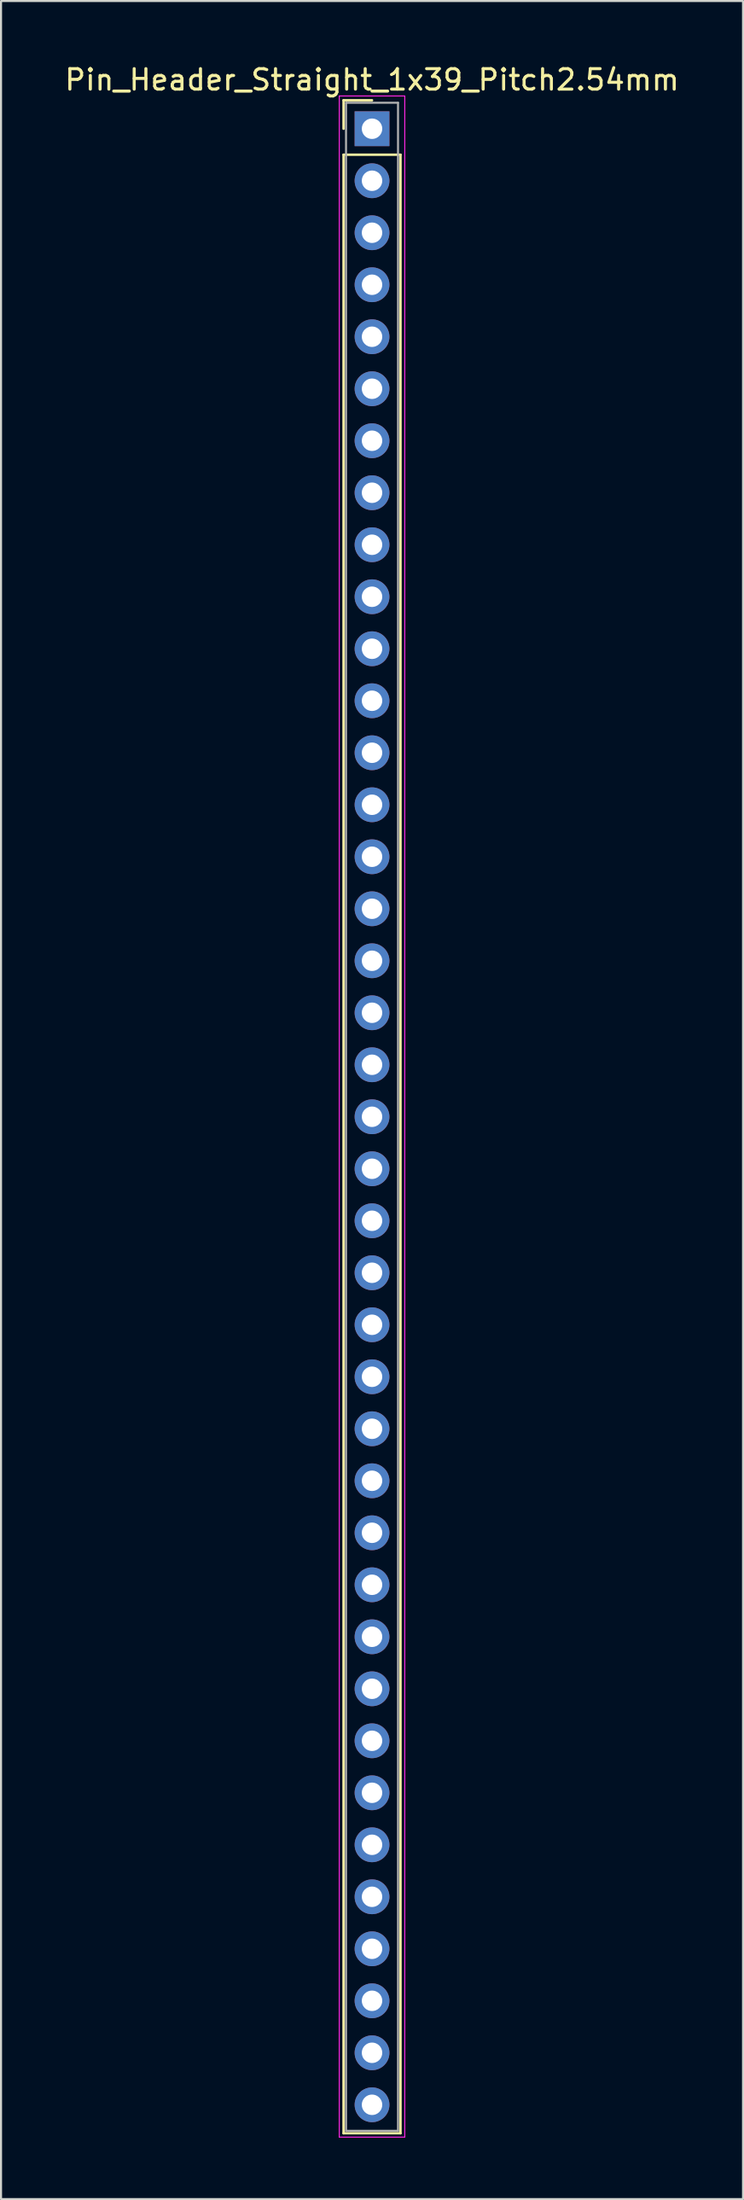
<source format=kicad_pcb>
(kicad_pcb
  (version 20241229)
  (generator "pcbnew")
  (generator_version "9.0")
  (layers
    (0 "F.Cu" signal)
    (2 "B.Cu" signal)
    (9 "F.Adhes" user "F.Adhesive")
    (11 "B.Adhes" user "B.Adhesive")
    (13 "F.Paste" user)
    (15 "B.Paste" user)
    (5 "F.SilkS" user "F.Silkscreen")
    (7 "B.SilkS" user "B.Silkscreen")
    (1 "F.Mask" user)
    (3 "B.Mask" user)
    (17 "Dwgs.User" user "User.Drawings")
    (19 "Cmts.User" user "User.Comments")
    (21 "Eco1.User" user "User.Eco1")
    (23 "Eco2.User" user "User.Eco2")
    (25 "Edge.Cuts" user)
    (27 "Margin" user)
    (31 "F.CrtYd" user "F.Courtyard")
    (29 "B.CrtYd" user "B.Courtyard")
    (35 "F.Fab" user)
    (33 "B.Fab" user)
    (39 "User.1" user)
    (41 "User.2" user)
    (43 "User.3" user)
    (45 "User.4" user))
  (footprint "Pin_Header_Straight_1x39_Pitch2.54mm"
    (layer "F.Cu")
    (at 15.125 3.238)
    (property "Reference" "Pin_Header_Straight_1x39_Pitch2.54mm" (at 0 -2.39 0) (layer "F.SilkS") (effects (font (size 1 1) (thickness 0.15))))
    (attr through_hole)
    (fp_line (start -1.39 -1.39) (end 0 -1.39) (stroke (width 0.12) (type solid)) (layer "F.SilkS"))
    (fp_line (start -1.39 0) (end -1.39 -1.39) (stroke (width 0.12) (type solid)) (layer "F.SilkS"))
    (fp_line (start -1.39 1.27) (end -1.39 97.91) (stroke (width 0.12) (type solid)) (layer "F.SilkS"))
    (fp_line (start -1.39 97.91) (end 1.39 97.91) (stroke (width 0.12) (type solid)) (layer "F.SilkS"))
    (fp_line (start 1.39 1.27) (end -1.39 1.27) (stroke (width 0.12) (type solid)) (layer "F.SilkS"))
    (fp_line (start 1.39 97.91) (end 1.39 1.27) (stroke (width 0.12) (type solid)) (layer "F.SilkS"))
    (fp_line (start -1.6 -1.6) (end -1.6 98.1) (stroke (width 0.05) (type solid)) (layer "F.CrtYd"))
    (fp_line (start -1.6 98.1) (end 1.6 98.1) (stroke (width 0.05) (type solid)) (layer "F.CrtYd"))
    (fp_line (start 1.6 -1.6) (end -1.6 -1.6) (stroke (width 0.05) (type solid)) (layer "F.CrtYd"))
    (fp_line (start 1.6 98.1) (end 1.6 -1.6) (stroke (width 0.05) (type solid)) (layer "F.CrtYd"))
    (fp_line (start -1.27 -1.27) (end -1.27 97.79) (stroke (width 0.1) (type solid)) (layer "F.Fab"))
    (fp_line (start -1.27 97.79) (end 1.27 97.79) (stroke (width 0.1) (type solid)) (layer "F.Fab"))
    (fp_line (start 1.27 -1.27) (end -1.27 -1.27) (stroke (width 0.1) (type solid)) (layer "F.Fab"))
    (fp_line (start 1.27 97.79) (end 1.27 -1.27) (stroke (width 0.1) (type solid)) (layer "F.Fab"))
    (pad "1" thru_hole rect (at 0 0) (size 1.7 1.7) (drill 1) (layers "*.Cu" "*.Mask"))
    (pad "2" thru_hole oval (at 0 2.54) (size 1.7 1.7) (drill 1) (layers "*.Cu" "*.Mask"))
    (pad "3" thru_hole oval (at 0 5.08) (size 1.7 1.7) (drill 1) (layers "*.Cu" "*.Mask"))
    (pad "4" thru_hole oval (at 0 7.62) (size 1.7 1.7) (drill 1) (layers "*.Cu" "*.Mask"))
    (pad "5" thru_hole oval (at 0 10.16) (size 1.7 1.7) (drill 1) (layers "*.Cu" "*.Mask"))
    (pad "6" thru_hole oval (at 0 12.7) (size 1.7 1.7) (drill 1) (layers "*.Cu" "*.Mask"))
    (pad "7" thru_hole oval (at 0 15.24) (size 1.7 1.7) (drill 1) (layers "*.Cu" "*.Mask"))
    (pad "8" thru_hole oval (at 0 17.78) (size 1.7 1.7) (drill 1) (layers "*.Cu" "*.Mask"))
    (pad "9" thru_hole oval (at 0 20.32) (size 1.7 1.7) (drill 1) (layers "*.Cu" "*.Mask"))
    (pad "10" thru_hole oval (at 0 22.86) (size 1.7 1.7) (drill 1) (layers "*.Cu" "*.Mask"))
    (pad "11" thru_hole oval (at 0 25.4) (size 1.7 1.7) (drill 1) (layers "*.Cu" "*.Mask"))
    (pad "12" thru_hole oval (at 0 27.94) (size 1.7 1.7) (drill 1) (layers "*.Cu" "*.Mask"))
    (pad "13" thru_hole oval (at 0 30.48) (size 1.7 1.7) (drill 1) (layers "*.Cu" "*.Mask"))
    (pad "14" thru_hole oval (at 0 33.02) (size 1.7 1.7) (drill 1) (layers "*.Cu" "*.Mask"))
    (pad "15" thru_hole oval (at 0 35.56) (size 1.7 1.7) (drill 1) (layers "*.Cu" "*.Mask"))
    (pad "16" thru_hole oval (at 0 38.1) (size 1.7 1.7) (drill 1) (layers "*.Cu" "*.Mask"))
    (pad "17" thru_hole oval (at 0 40.64) (size 1.7 1.7) (drill 1) (layers "*.Cu" "*.Mask"))
    (pad "18" thru_hole oval (at 0 43.18) (size 1.7 1.7) (drill 1) (layers "*.Cu" "*.Mask"))
    (pad "19" thru_hole oval (at 0 45.72) (size 1.7 1.7) (drill 1) (layers "*.Cu" "*.Mask"))
    (pad "20" thru_hole oval (at 0 48.26) (size 1.7 1.7) (drill 1) (layers "*.Cu" "*.Mask"))
    (pad "21" thru_hole oval (at 0 50.8) (size 1.7 1.7) (drill 1) (layers "*.Cu" "*.Mask"))
    (pad "22" thru_hole oval (at 0 53.34) (size 1.7 1.7) (drill 1) (layers "*.Cu" "*.Mask"))
    (pad "23" thru_hole oval (at 0 55.88) (size 1.7 1.7) (drill 1) (layers "*.Cu" "*.Mask"))
    (pad "24" thru_hole oval (at 0 58.42) (size 1.7 1.7) (drill 1) (layers "*.Cu" "*.Mask"))
    (pad "25" thru_hole oval (at 0 60.96) (size 1.7 1.7) (drill 1) (layers "*.Cu" "*.Mask"))
    (pad "26" thru_hole oval (at 0 63.5) (size 1.7 1.7) (drill 1) (layers "*.Cu" "*.Mask"))
    (pad "27" thru_hole oval (at 0 66.04) (size 1.7 1.7) (drill 1) (layers "*.Cu" "*.Mask"))
    (pad "28" thru_hole oval (at 0 68.58) (size 1.7 1.7) (drill 1) (layers "*.Cu" "*.Mask"))
    (pad "29" thru_hole oval (at 0 71.12) (size 1.7 1.7) (drill 1) (layers "*.Cu" "*.Mask"))
    (pad "30" thru_hole oval (at 0 73.66) (size 1.7 1.7) (drill 1) (layers "*.Cu" "*.Mask"))
    (pad "31" thru_hole oval (at 0 76.2) (size 1.7 1.7) (drill 1) (layers "*.Cu" "*.Mask"))
    (pad "32" thru_hole oval (at 0 78.74) (size 1.7 1.7) (drill 1) (layers "*.Cu" "*.Mask"))
    (pad "33" thru_hole oval (at 0 81.28) (size 1.7 1.7) (drill 1) (layers "*.Cu" "*.Mask"))
    (pad "34" thru_hole oval (at 0 83.82) (size 1.7 1.7) (drill 1) (layers "*.Cu" "*.Mask"))
    (pad "35" thru_hole oval (at 0 86.36) (size 1.7 1.7) (drill 1) (layers "*.Cu" "*.Mask"))
    (pad "36" thru_hole oval (at 0 88.9) (size 1.7 1.7) (drill 1) (layers "*.Cu" "*.Mask"))
    (pad "37" thru_hole oval (at 0 91.44) (size 1.7 1.7) (drill 1) (layers "*.Cu" "*.Mask"))
    (pad "38" thru_hole oval (at 0 93.98) (size 1.7 1.7) (drill 1) (layers "*.Cu" "*.Mask"))
    (pad "39" thru_hole oval (at 0 96.52) (size 1.7 1.7) (drill 1) (layers "*.Cu" "*.Mask")))
  (gr_rect
    (start -3 -3)
    (end 33.25 104.363)
    (stroke (width 0.1) (type default))
    (fill no)
    (layer "Edge.Cuts")))
</source>
